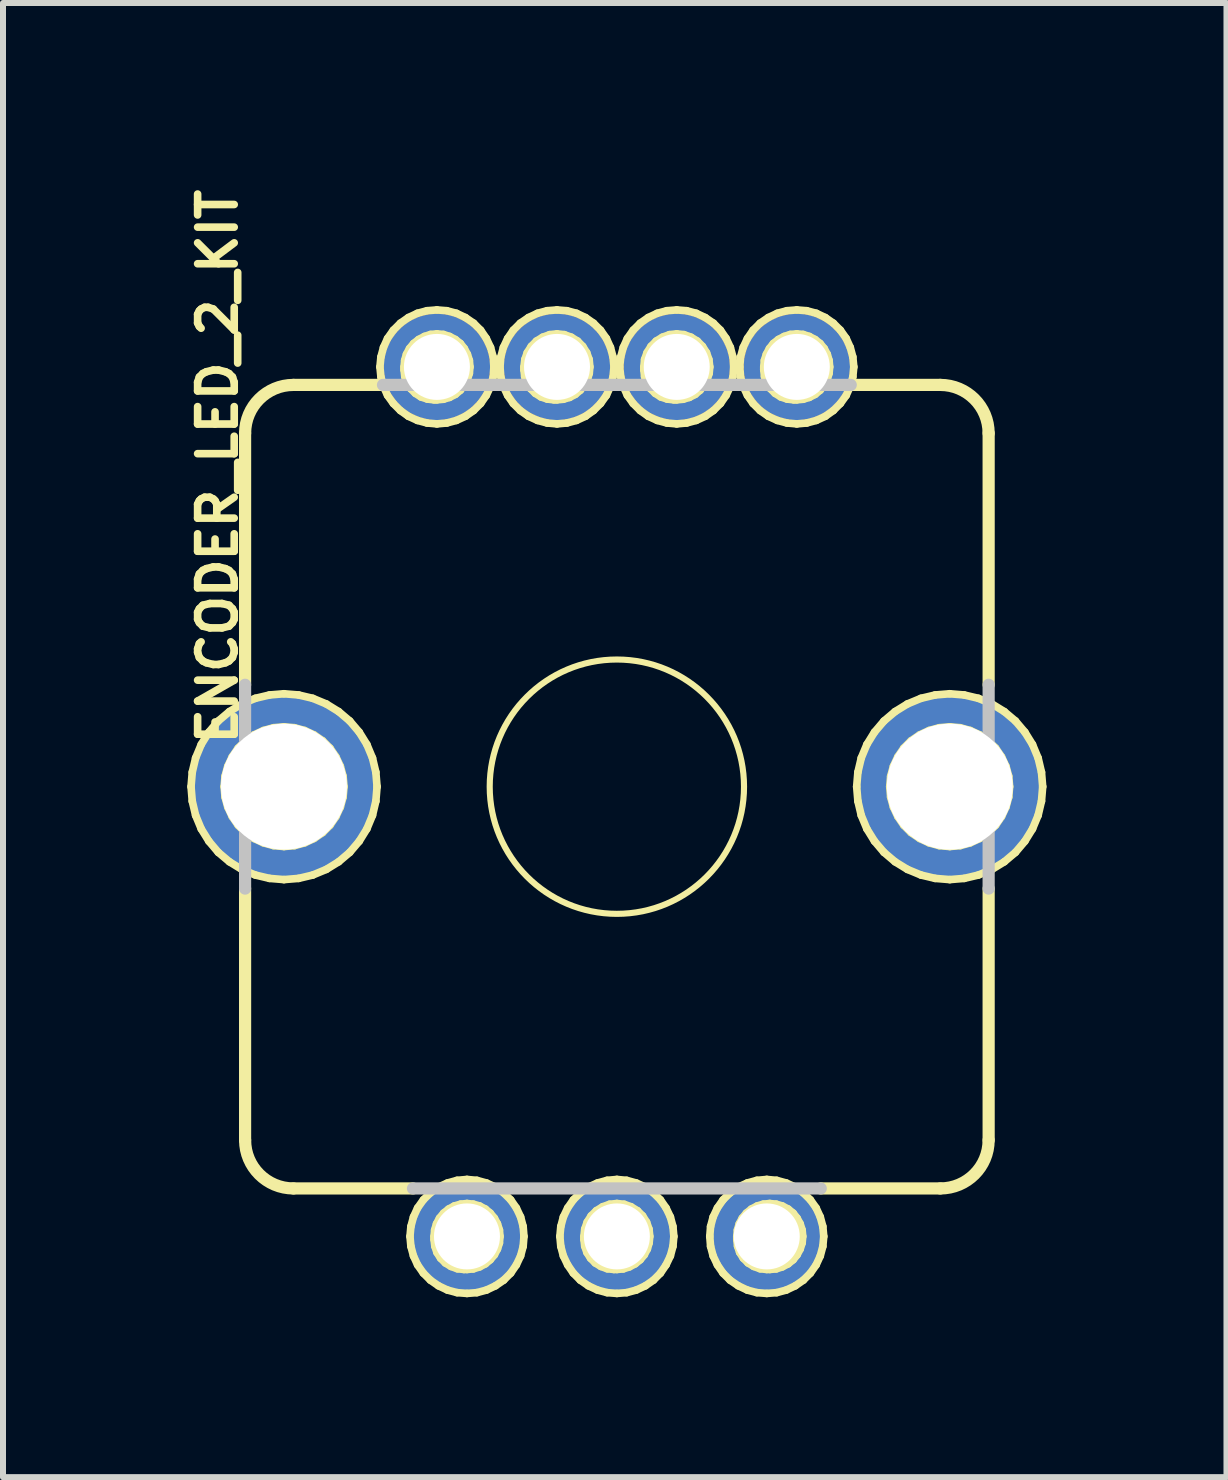
<source format=kicad_pcb>
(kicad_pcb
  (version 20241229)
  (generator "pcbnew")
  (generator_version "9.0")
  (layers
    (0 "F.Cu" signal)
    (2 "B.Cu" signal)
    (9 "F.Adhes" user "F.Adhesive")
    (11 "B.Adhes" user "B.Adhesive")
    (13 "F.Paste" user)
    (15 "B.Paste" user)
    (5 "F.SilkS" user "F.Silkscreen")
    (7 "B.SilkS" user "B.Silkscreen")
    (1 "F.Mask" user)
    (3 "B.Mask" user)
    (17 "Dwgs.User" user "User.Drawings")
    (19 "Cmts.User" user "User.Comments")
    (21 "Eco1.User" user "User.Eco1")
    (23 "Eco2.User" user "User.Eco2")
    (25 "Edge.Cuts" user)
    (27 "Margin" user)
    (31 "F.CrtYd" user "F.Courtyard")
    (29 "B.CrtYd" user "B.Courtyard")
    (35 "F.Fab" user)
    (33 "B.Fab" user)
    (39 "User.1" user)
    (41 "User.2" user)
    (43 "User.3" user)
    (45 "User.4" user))
  (footprint "ENCODER_LED_2_KIT"
    (layer "F.Cu")
    (at 7.234 10.065)
    (property "Reference" "ENCODER_LED_2_KIT" (at -6.655 -5.334 90) (layer "F.SilkS") (effects (font (size 0.61 0.61) (thickness 0.127))))
    (attr exclude_from_pos_files exclude_from_bom)
    (fp_line (start -7.099 0) (end -7.079 -0.241) (stroke (width 0.127) (type solid)) (layer "F.SilkS"))
    (fp_line (start -7.079 -0.241) (end -7.023 -0.478) (stroke (width 0.127) (type solid)) (layer "F.SilkS"))
    (fp_line (start -7.079 0.241) (end -7.099 0) (stroke (width 0.127) (type solid)) (layer "F.SilkS"))
    (fp_line (start -7.023 -0.478) (end -6.929 -0.704) (stroke (width 0.127) (type solid)) (layer "F.SilkS"))
    (fp_line (start -7.023 0.478) (end -7.079 0.241) (stroke (width 0.127) (type solid)) (layer "F.SilkS"))
    (fp_line (start -6.929 -0.704) (end -6.802 -0.909) (stroke (width 0.127) (type solid)) (layer "F.SilkS"))
    (fp_line (start -6.929 0.704) (end -7.023 0.478) (stroke (width 0.127) (type solid)) (layer "F.SilkS"))
    (fp_line (start -6.802 -0.909) (end -6.645 -1.095) (stroke (width 0.127) (type solid)) (layer "F.SilkS"))
    (fp_line (start -6.802 0.909) (end -6.929 0.704) (stroke (width 0.127) (type solid)) (layer "F.SilkS"))
    (fp_line (start -6.645 -1.095) (end -6.459 -1.252) (stroke (width 0.127) (type solid)) (layer "F.SilkS"))
    (fp_line (start -6.645 1.095) (end -6.802 0.909) (stroke (width 0.127) (type solid)) (layer "F.SilkS"))
    (fp_line (start -6.548 0) (end -6.533 0.173) (stroke (width 0.127) (type solid)) (layer "F.SilkS"))
    (fp_line (start -6.533 -0.173) (end -6.548 0) (stroke (width 0.127) (type solid)) (layer "F.SilkS"))
    (fp_line (start -6.533 0.173) (end -6.487 0.34) (stroke (width 0.127) (type solid)) (layer "F.SilkS"))
    (fp_line (start -6.487 -0.34) (end -6.533 -0.173) (stroke (width 0.127) (type solid)) (layer "F.SilkS"))
    (fp_line (start -6.487 0.34) (end -6.413 0.498) (stroke (width 0.127) (type solid)) (layer "F.SilkS"))
    (fp_line (start -6.459 -1.252) (end -6.253 -1.379) (stroke (width 0.127) (type solid)) (layer "F.SilkS"))
    (fp_line (start -6.459 1.252) (end -6.645 1.095) (stroke (width 0.127) (type solid)) (layer "F.SilkS"))
    (fp_line (start -6.413 -0.498) (end -6.487 -0.34) (stroke (width 0.127) (type solid)) (layer "F.SilkS"))
    (fp_line (start -6.413 0.498) (end -6.314 0.643) (stroke (width 0.127) (type solid)) (layer "F.SilkS"))
    (fp_line (start -6.314 -0.643) (end -6.413 -0.498) (stroke (width 0.127) (type solid)) (layer "F.SilkS"))
    (fp_line (start -6.314 0.643) (end -6.193 0.765) (stroke (width 0.127) (type solid)) (layer "F.SilkS"))
    (fp_line (start -6.253 -1.379) (end -6.027 -1.473) (stroke (width 0.127) (type solid)) (layer "F.SilkS"))
    (fp_line (start -6.253 1.379) (end -6.459 1.252) (stroke (width 0.127) (type solid)) (layer "F.SilkS"))
    (fp_line (start -6.198 -1.699) (end -6.198 -5.893) (stroke (width 0.203) (type solid)) (layer "F.SilkS"))
    (fp_line (start -6.198 1.699) (end -6.198 5.893) (stroke (width 0.203) (type solid)) (layer "F.SilkS"))
    (fp_line (start -6.193 -0.765) (end -6.314 -0.643) (stroke (width 0.127) (type solid)) (layer "F.SilkS"))
    (fp_line (start -6.193 0.765) (end -6.048 0.864) (stroke (width 0.127) (type solid)) (layer "F.SilkS"))
    (fp_line (start -6.048 -0.864) (end -6.193 -0.765) (stroke (width 0.127) (type solid)) (layer "F.SilkS"))
    (fp_line (start -6.048 0.864) (end -5.89 0.937) (stroke (width 0.127) (type solid)) (layer "F.SilkS"))
    (fp_line (start -6.027 -1.473) (end -5.791 -1.529) (stroke (width 0.127) (type solid)) (layer "F.SilkS"))
    (fp_line (start -6.027 1.473) (end -6.253 1.379) (stroke (width 0.127) (type solid)) (layer "F.SilkS"))
    (fp_line (start -5.89 -0.937) (end -6.048 -0.864) (stroke (width 0.127) (type solid)) (layer "F.SilkS"))
    (fp_line (start -5.89 0.937) (end -5.723 0.983) (stroke (width 0.127) (type solid)) (layer "F.SilkS"))
    (fp_line (start -5.791 -1.529) (end -5.55 -1.549) (stroke (width 0.127) (type solid)) (layer "F.SilkS"))
    (fp_line (start -5.791 1.529) (end -6.027 1.473) (stroke (width 0.127) (type solid)) (layer "F.SilkS"))
    (fp_line (start -5.723 -0.983) (end -5.89 -0.937) (stroke (width 0.127) (type solid)) (layer "F.SilkS"))
    (fp_line (start -5.723 0.983) (end -5.55 0.998) (stroke (width 0.127) (type solid)) (layer "F.SilkS"))
    (fp_line (start -5.55 -1.549) (end -5.306 -1.529) (stroke (width 0.127) (type solid)) (layer "F.SilkS"))
    (fp_line (start -5.55 -0.998) (end -5.723 -0.983) (stroke (width 0.127) (type solid)) (layer "F.SilkS"))
    (fp_line (start -5.55 0.998) (end -5.375 0.983) (stroke (width 0.127) (type solid)) (layer "F.SilkS"))
    (fp_line (start -5.55 1.549) (end -5.791 1.529) (stroke (width 0.127) (type solid)) (layer "F.SilkS"))
    (fp_line (start -5.392 -6.698) (end -3.899 -6.698) (stroke (width 0.203) (type solid)) (layer "F.SilkS"))
    (fp_line (start -5.392 6.698) (end -3.399 6.698) (stroke (width 0.203) (type solid)) (layer "F.SilkS"))
    (fp_line (start -5.375 -0.983) (end -5.55 -0.998) (stroke (width 0.127) (type solid)) (layer "F.SilkS"))
    (fp_line (start -5.375 0.983) (end -5.207 0.937) (stroke (width 0.127) (type solid)) (layer "F.SilkS"))
    (fp_line (start -5.306 -1.529) (end -5.07 -1.473) (stroke (width 0.127) (type solid)) (layer "F.SilkS"))
    (fp_line (start -5.306 1.529) (end -5.55 1.549) (stroke (width 0.127) (type solid)) (layer "F.SilkS"))
    (fp_line (start -5.207 -0.937) (end -5.375 -0.983) (stroke (width 0.127) (type solid)) (layer "F.SilkS"))
    (fp_line (start -5.207 0.937) (end -5.05 0.864) (stroke (width 0.127) (type solid)) (layer "F.SilkS"))
    (fp_line (start -5.07 -1.473) (end -4.844 -1.379) (stroke (width 0.127) (type solid)) (layer "F.SilkS"))
    (fp_line (start -5.07 1.473) (end -5.306 1.529) (stroke (width 0.127) (type solid)) (layer "F.SilkS"))
    (fp_line (start -5.05 -0.864) (end -5.207 -0.937) (stroke (width 0.127) (type solid)) (layer "F.SilkS"))
    (fp_line (start -5.05 0.864) (end -4.905 0.765) (stroke (width 0.127) (type solid)) (layer "F.SilkS"))
    (fp_line (start -4.905 -0.765) (end -5.05 -0.864) (stroke (width 0.127) (type solid)) (layer "F.SilkS"))
    (fp_line (start -4.905 0.765) (end -4.783 0.643) (stroke (width 0.127) (type solid)) (layer "F.SilkS"))
    (fp_line (start -4.844 -1.379) (end -4.638 -1.252) (stroke (width 0.127) (type solid)) (layer "F.SilkS"))
    (fp_line (start -4.844 1.379) (end -5.07 1.473) (stroke (width 0.127) (type solid)) (layer "F.SilkS"))
    (fp_line (start -4.783 -0.643) (end -4.905 -0.765) (stroke (width 0.127) (type solid)) (layer "F.SilkS"))
    (fp_line (start -4.783 0.643) (end -4.684 0.498) (stroke (width 0.127) (type solid)) (layer "F.SilkS"))
    (fp_line (start -4.684 -0.498) (end -4.783 -0.643) (stroke (width 0.127) (type solid)) (layer "F.SilkS"))
    (fp_line (start -4.684 0.498) (end -4.61 0.34) (stroke (width 0.127) (type solid)) (layer "F.SilkS"))
    (fp_line (start -4.638 -1.252) (end -4.453 -1.095) (stroke (width 0.127) (type solid)) (layer "F.SilkS"))
    (fp_line (start -4.638 1.252) (end -4.844 1.379) (stroke (width 0.127) (type solid)) (layer "F.SilkS"))
    (fp_line (start -4.61 -0.34) (end -4.684 -0.498) (stroke (width 0.127) (type solid)) (layer "F.SilkS"))
    (fp_line (start -4.61 0.34) (end -4.564 0.173) (stroke (width 0.127) (type solid)) (layer "F.SilkS"))
    (fp_line (start -4.564 -0.173) (end -4.61 -0.34) (stroke (width 0.127) (type solid)) (layer "F.SilkS"))
    (fp_line (start -4.564 0.173) (end -4.549 0) (stroke (width 0.127) (type solid)) (layer "F.SilkS"))
    (fp_line (start -4.549 0) (end -4.564 -0.173) (stroke (width 0.127) (type solid)) (layer "F.SilkS"))
    (fp_line (start -4.453 -1.095) (end -4.295 -0.909) (stroke (width 0.127) (type solid)) (layer "F.SilkS"))
    (fp_line (start -4.453 1.095) (end -4.638 1.252) (stroke (width 0.127) (type solid)) (layer "F.SilkS"))
    (fp_line (start -4.295 -0.909) (end -4.168 -0.704) (stroke (width 0.127) (type solid)) (layer "F.SilkS"))
    (fp_line (start -4.295 0.909) (end -4.453 1.095) (stroke (width 0.127) (type solid)) (layer "F.SilkS"))
    (fp_line (start -4.168 -0.704) (end -4.074 -0.478) (stroke (width 0.127) (type solid)) (layer "F.SilkS"))
    (fp_line (start -4.168 0.704) (end -4.295 0.909) (stroke (width 0.127) (type solid)) (layer "F.SilkS"))
    (fp_line (start -4.074 -0.478) (end -4.018 -0.241) (stroke (width 0.127) (type solid)) (layer "F.SilkS"))
    (fp_line (start -4.074 0.478) (end -4.168 0.704) (stroke (width 0.127) (type solid)) (layer "F.SilkS"))
    (fp_line (start -4.018 -0.241) (end -3.998 0) (stroke (width 0.127) (type solid)) (layer "F.SilkS"))
    (fp_line (start -4.018 0.241) (end -4.074 0.478) (stroke (width 0.127) (type solid)) (layer "F.SilkS"))
    (fp_line (start -3.998 0) (end -4.018 0.241) (stroke (width 0.127) (type solid)) (layer "F.SilkS"))
    (fp_line (start -3.95 -6.998) (end -3.934 -6.833) (stroke (width 0.127) (type solid)) (layer "F.SilkS"))
    (fp_line (start -3.934 -7.163) (end -3.95 -6.998) (stroke (width 0.127) (type solid)) (layer "F.SilkS"))
    (fp_line (start -3.934 -6.833) (end -3.891 -6.673) (stroke (width 0.127) (type solid)) (layer "F.SilkS"))
    (fp_line (start -3.891 -7.323) (end -3.934 -7.163) (stroke (width 0.127) (type solid)) (layer "F.SilkS"))
    (fp_line (start -3.891 -6.673) (end -3.823 -6.523) (stroke (width 0.127) (type solid)) (layer "F.SilkS"))
    (fp_line (start -3.823 -7.473) (end -3.891 -7.323) (stroke (width 0.127) (type solid)) (layer "F.SilkS"))
    (fp_line (start -3.823 -6.523) (end -3.726 -6.388) (stroke (width 0.127) (type solid)) (layer "F.SilkS"))
    (fp_line (start -3.726 -7.61) (end -3.823 -7.473) (stroke (width 0.127) (type solid)) (layer "F.SilkS"))
    (fp_line (start -3.726 -6.388) (end -3.609 -6.271) (stroke (width 0.127) (type solid)) (layer "F.SilkS"))
    (fp_line (start -3.609 -7.727) (end -3.726 -7.61) (stroke (width 0.127) (type solid)) (layer "F.SilkS"))
    (fp_line (start -3.609 -6.271) (end -3.475 -6.175) (stroke (width 0.127) (type solid)) (layer "F.SilkS"))
    (fp_line (start -3.548 -6.998) (end -3.548 -6.949) (stroke (width 0.127) (type solid)) (layer "F.SilkS"))
    (fp_line (start -3.548 -6.949) (end -3.536 -6.838) (stroke (width 0.127) (type solid)) (layer "F.SilkS"))
    (fp_line (start -3.538 -7.107) (end -3.548 -6.998) (stroke (width 0.127) (type solid)) (layer "F.SilkS"))
    (fp_line (start -3.536 -6.838) (end -3.5 -6.731) (stroke (width 0.127) (type solid)) (layer "F.SilkS"))
    (fp_line (start -3.508 -7.209) (end -3.538 -7.107) (stroke (width 0.127) (type solid)) (layer "F.SilkS"))
    (fp_line (start -3.5 -6.731) (end -3.439 -6.637) (stroke (width 0.127) (type solid)) (layer "F.SilkS"))
    (fp_line (start -3.475 -7.821) (end -3.609 -7.727) (stroke (width 0.127) (type solid)) (layer "F.SilkS"))
    (fp_line (start -3.475 -6.175) (end -3.325 -6.106) (stroke (width 0.127) (type solid)) (layer "F.SilkS"))
    (fp_line (start -3.457 -7.305) (end -3.508 -7.209) (stroke (width 0.127) (type solid)) (layer "F.SilkS"))
    (fp_line (start -3.449 7.498) (end -3.434 7.663) (stroke (width 0.127) (type solid)) (layer "F.SilkS"))
    (fp_line (start -3.439 -6.637) (end -3.36 -6.558) (stroke (width 0.127) (type solid)) (layer "F.SilkS"))
    (fp_line (start -3.434 7.333) (end -3.449 7.498) (stroke (width 0.127) (type solid)) (layer "F.SilkS"))
    (fp_line (start -3.434 7.663) (end -3.391 7.823) (stroke (width 0.127) (type solid)) (layer "F.SilkS"))
    (fp_line (start -3.391 7.173) (end -3.434 7.333) (stroke (width 0.127) (type solid)) (layer "F.SilkS"))
    (fp_line (start -3.391 7.823) (end -3.322 7.973) (stroke (width 0.127) (type solid)) (layer "F.SilkS"))
    (fp_line (start -3.388 -7.389) (end -3.457 -7.305) (stroke (width 0.127) (type solid)) (layer "F.SilkS"))
    (fp_line (start -3.36 -6.558) (end -3.266 -6.497) (stroke (width 0.127) (type solid)) (layer "F.SilkS"))
    (fp_line (start -3.325 -7.892) (end -3.475 -7.821) (stroke (width 0.127) (type solid)) (layer "F.SilkS"))
    (fp_line (start -3.325 -6.106) (end -3.165 -6.063) (stroke (width 0.127) (type solid)) (layer "F.SilkS"))
    (fp_line (start -3.322 7.023) (end -3.391 7.173) (stroke (width 0.127) (type solid)) (layer "F.SilkS"))
    (fp_line (start -3.322 7.973) (end -3.226 8.11) (stroke (width 0.127) (type solid)) (layer "F.SilkS"))
    (fp_line (start -3.305 -7.455) (end -3.388 -7.389) (stroke (width 0.127) (type solid)) (layer "F.SilkS"))
    (fp_line (start -3.266 -6.497) (end -3.16 -6.462) (stroke (width 0.127) (type solid)) (layer "F.SilkS"))
    (fp_line (start -3.226 6.888) (end -3.322 7.023) (stroke (width 0.127) (type solid)) (layer "F.SilkS"))
    (fp_line (start -3.226 8.11) (end -3.109 8.227) (stroke (width 0.127) (type solid)) (layer "F.SilkS"))
    (fp_line (start -3.208 -7.506) (end -3.305 -7.455) (stroke (width 0.127) (type solid)) (layer "F.SilkS"))
    (fp_line (start -3.165 -7.935) (end -3.325 -7.892) (stroke (width 0.127) (type solid)) (layer "F.SilkS"))
    (fp_line (start -3.165 -6.063) (end -3 -6.048) (stroke (width 0.127) (type solid)) (layer "F.SilkS"))
    (fp_line (start -3.16 -6.462) (end -3.048 -6.449) (stroke (width 0.127) (type solid)) (layer "F.SilkS"))
    (fp_line (start -3.109 6.772) (end -3.226 6.888) (stroke (width 0.127) (type solid)) (layer "F.SilkS"))
    (fp_line (start -3.109 8.227) (end -2.974 8.321) (stroke (width 0.127) (type solid)) (layer "F.SilkS"))
    (fp_line (start -3.106 -7.539) (end -3.208 -7.506) (stroke (width 0.127) (type solid)) (layer "F.SilkS"))
    (fp_line (start -3.048 -6.449) (end -3 -6.449) (stroke (width 0.127) (type solid)) (layer "F.SilkS"))
    (fp_line (start -3.048 7.498) (end -3.048 7.549) (stroke (width 0.127) (type solid)) (layer "F.SilkS"))
    (fp_line (start -3.048 7.549) (end -3.035 7.661) (stroke (width 0.127) (type solid)) (layer "F.SilkS"))
    (fp_line (start -3.038 7.391) (end -3.048 7.498) (stroke (width 0.127) (type solid)) (layer "F.SilkS"))
    (fp_line (start -3.035 7.661) (end -3 7.765) (stroke (width 0.127) (type solid)) (layer "F.SilkS"))
    (fp_line (start -3.007 7.287) (end -3.038 7.391) (stroke (width 0.127) (type solid)) (layer "F.SilkS"))
    (fp_line (start -3 -7.948) (end -3.165 -7.935) (stroke (width 0.127) (type solid)) (layer "F.SilkS"))
    (fp_line (start -3 -7.549) (end -3.106 -7.539) (stroke (width 0.127) (type solid)) (layer "F.SilkS"))
    (fp_line (start -3 -6.449) (end -2.891 -6.459) (stroke (width 0.127) (type solid)) (layer "F.SilkS"))
    (fp_line (start -3 -6.048) (end -2.835 -6.063) (stroke (width 0.127) (type solid)) (layer "F.SilkS"))
    (fp_line (start -3 7.765) (end -2.939 7.861) (stroke (width 0.127) (type solid)) (layer "F.SilkS"))
    (fp_line (start -2.974 6.675) (end -3.109 6.772) (stroke (width 0.127) (type solid)) (layer "F.SilkS"))
    (fp_line (start -2.974 8.321) (end -2.824 8.392) (stroke (width 0.127) (type solid)) (layer "F.SilkS"))
    (fp_line (start -2.957 7.193) (end -3.007 7.287) (stroke (width 0.127) (type solid)) (layer "F.SilkS"))
    (fp_line (start -2.939 7.861) (end -2.86 7.94) (stroke (width 0.127) (type solid)) (layer "F.SilkS"))
    (fp_line (start -2.891 -7.539) (end -3 -7.549) (stroke (width 0.127) (type solid)) (layer "F.SilkS"))
    (fp_line (start -2.891 -6.459) (end -2.789 -6.49) (stroke (width 0.127) (type solid)) (layer "F.SilkS"))
    (fp_line (start -2.888 7.109) (end -2.957 7.193) (stroke (width 0.127) (type solid)) (layer "F.SilkS"))
    (fp_line (start -2.86 7.94) (end -2.766 7.998) (stroke (width 0.127) (type solid)) (layer "F.SilkS"))
    (fp_line (start -2.835 -7.935) (end -3 -7.948) (stroke (width 0.127) (type solid)) (layer "F.SilkS"))
    (fp_line (start -2.835 -6.063) (end -2.675 -6.106) (stroke (width 0.127) (type solid)) (layer "F.SilkS"))
    (fp_line (start -2.824 6.607) (end -2.974 6.675) (stroke (width 0.127) (type solid)) (layer "F.SilkS"))
    (fp_line (start -2.824 8.392) (end -2.664 8.435) (stroke (width 0.127) (type solid)) (layer "F.SilkS"))
    (fp_line (start -2.804 7.041) (end -2.888 7.109) (stroke (width 0.127) (type solid)) (layer "F.SilkS"))
    (fp_line (start -2.789 -7.506) (end -2.891 -7.539) (stroke (width 0.127) (type solid)) (layer "F.SilkS"))
    (fp_line (start -2.789 -6.49) (end -2.692 -6.54) (stroke (width 0.127) (type solid)) (layer "F.SilkS"))
    (fp_line (start -2.766 7.998) (end -2.659 8.037) (stroke (width 0.127) (type solid)) (layer "F.SilkS"))
    (fp_line (start -2.71 6.99) (end -2.804 7.041) (stroke (width 0.127) (type solid)) (layer "F.SilkS"))
    (fp_line (start -2.692 -7.455) (end -2.789 -7.506) (stroke (width 0.127) (type solid)) (layer "F.SilkS"))
    (fp_line (start -2.692 -6.54) (end -2.609 -6.609) (stroke (width 0.127) (type solid)) (layer "F.SilkS"))
    (fp_line (start -2.675 -7.892) (end -2.835 -7.935) (stroke (width 0.127) (type solid)) (layer "F.SilkS"))
    (fp_line (start -2.675 -6.106) (end -2.525 -6.175) (stroke (width 0.127) (type solid)) (layer "F.SilkS"))
    (fp_line (start -2.664 6.563) (end -2.824 6.607) (stroke (width 0.127) (type solid)) (layer "F.SilkS"))
    (fp_line (start -2.664 8.435) (end -2.499 8.448) (stroke (width 0.127) (type solid)) (layer "F.SilkS"))
    (fp_line (start -2.659 8.037) (end -2.548 8.049) (stroke (width 0.127) (type solid)) (layer "F.SilkS"))
    (fp_line (start -2.609 -7.389) (end -2.692 -7.455) (stroke (width 0.127) (type solid)) (layer "F.SilkS"))
    (fp_line (start -2.609 -6.609) (end -2.543 -6.693) (stroke (width 0.127) (type solid)) (layer "F.SilkS"))
    (fp_line (start -2.606 6.96) (end -2.71 6.99) (stroke (width 0.127) (type solid)) (layer "F.SilkS"))
    (fp_line (start -2.548 8.049) (end -2.499 8.049) (stroke (width 0.127) (type solid)) (layer "F.SilkS"))
    (fp_line (start -2.543 -7.305) (end -2.609 -7.389) (stroke (width 0.127) (type solid)) (layer "F.SilkS"))
    (fp_line (start -2.543 -6.693) (end -2.492 -6.789) (stroke (width 0.127) (type solid)) (layer "F.SilkS"))
    (fp_line (start -2.525 -7.821) (end -2.675 -7.892) (stroke (width 0.127) (type solid)) (layer "F.SilkS"))
    (fp_line (start -2.525 -6.175) (end -2.388 -6.271) (stroke (width 0.127) (type solid)) (layer "F.SilkS"))
    (fp_line (start -2.499 6.548) (end -2.664 6.563) (stroke (width 0.127) (type solid)) (layer "F.SilkS"))
    (fp_line (start -2.499 6.949) (end -2.606 6.96) (stroke (width 0.127) (type solid)) (layer "F.SilkS"))
    (fp_line (start -2.499 8.049) (end -2.393 8.039) (stroke (width 0.127) (type solid)) (layer "F.SilkS"))
    (fp_line (start -2.499 8.448) (end -2.334 8.435) (stroke (width 0.127) (type solid)) (layer "F.SilkS"))
    (fp_line (start -2.492 -7.209) (end -2.543 -7.305) (stroke (width 0.127) (type solid)) (layer "F.SilkS"))
    (fp_line (start -2.492 -6.789) (end -2.459 -6.891) (stroke (width 0.127) (type solid)) (layer "F.SilkS"))
    (fp_line (start -2.459 -7.107) (end -2.492 -7.209) (stroke (width 0.127) (type solid)) (layer "F.SilkS"))
    (fp_line (start -2.459 -6.891) (end -2.449 -6.998) (stroke (width 0.127) (type solid)) (layer "F.SilkS"))
    (fp_line (start -2.449 -6.998) (end -2.459 -7.107) (stroke (width 0.127) (type solid)) (layer "F.SilkS"))
    (fp_line (start -2.393 6.96) (end -2.499 6.949) (stroke (width 0.127) (type solid)) (layer "F.SilkS"))
    (fp_line (start -2.393 8.039) (end -2.289 8.006) (stroke (width 0.127) (type solid)) (layer "F.SilkS"))
    (fp_line (start -2.388 -7.727) (end -2.525 -7.821) (stroke (width 0.127) (type solid)) (layer "F.SilkS"))
    (fp_line (start -2.388 -6.271) (end -2.271 -6.388) (stroke (width 0.127) (type solid)) (layer "F.SilkS"))
    (fp_line (start -2.334 6.563) (end -2.499 6.548) (stroke (width 0.127) (type solid)) (layer "F.SilkS"))
    (fp_line (start -2.334 8.435) (end -2.174 8.392) (stroke (width 0.127) (type solid)) (layer "F.SilkS"))
    (fp_line (start -2.289 6.99) (end -2.393 6.96) (stroke (width 0.127) (type solid)) (layer "F.SilkS"))
    (fp_line (start -2.289 8.006) (end -2.192 7.955) (stroke (width 0.127) (type solid)) (layer "F.SilkS"))
    (fp_line (start -2.271 -7.61) (end -2.388 -7.727) (stroke (width 0.127) (type solid)) (layer "F.SilkS"))
    (fp_line (start -2.271 -6.388) (end -2.177 -6.523) (stroke (width 0.127) (type solid)) (layer "F.SilkS"))
    (fp_line (start -2.192 7.041) (end -2.289 6.99) (stroke (width 0.127) (type solid)) (layer "F.SilkS"))
    (fp_line (start -2.192 7.955) (end -2.111 7.887) (stroke (width 0.127) (type solid)) (layer "F.SilkS"))
    (fp_line (start -2.177 -7.473) (end -2.271 -7.61) (stroke (width 0.127) (type solid)) (layer "F.SilkS"))
    (fp_line (start -2.177 -6.523) (end -2.106 -6.673) (stroke (width 0.127) (type solid)) (layer "F.SilkS"))
    (fp_line (start -2.174 6.607) (end -2.334 6.563) (stroke (width 0.127) (type solid)) (layer "F.SilkS"))
    (fp_line (start -2.174 8.392) (end -2.024 8.321) (stroke (width 0.127) (type solid)) (layer "F.SilkS"))
    (fp_line (start -2.111 7.109) (end -2.192 7.041) (stroke (width 0.127) (type solid)) (layer "F.SilkS"))
    (fp_line (start -2.111 7.887) (end -2.042 7.805) (stroke (width 0.127) (type solid)) (layer "F.SilkS"))
    (fp_line (start -2.106 -7.323) (end -2.177 -7.473) (stroke (width 0.127) (type solid)) (layer "F.SilkS"))
    (fp_line (start -2.106 -6.673) (end -2.062 -6.833) (stroke (width 0.127) (type solid)) (layer "F.SilkS"))
    (fp_line (start -2.062 -7.163) (end -2.106 -7.323) (stroke (width 0.127) (type solid)) (layer "F.SilkS"))
    (fp_line (start -2.062 -6.833) (end -2.05 -6.998) (stroke (width 0.127) (type solid)) (layer "F.SilkS"))
    (fp_line (start -2.05 -6.998) (end -2.062 -7.163) (stroke (width 0.127) (type solid)) (layer "F.SilkS"))
    (fp_line (start -2.042 7.193) (end -2.111 7.109) (stroke (width 0.127) (type solid)) (layer "F.SilkS"))
    (fp_line (start -2.042 7.805) (end -1.991 7.709) (stroke (width 0.127) (type solid)) (layer "F.SilkS"))
    (fp_line (start -2.024 6.675) (end -2.174 6.607) (stroke (width 0.127) (type solid)) (layer "F.SilkS"))
    (fp_line (start -2.024 8.321) (end -1.887 8.227) (stroke (width 0.127) (type solid)) (layer "F.SilkS"))
    (fp_line (start -1.991 7.287) (end -2.042 7.193) (stroke (width 0.127) (type solid)) (layer "F.SilkS"))
    (fp_line (start -1.991 7.709) (end -1.958 7.607) (stroke (width 0.127) (type solid)) (layer "F.SilkS"))
    (fp_line (start -1.958 7.391) (end -1.991 7.287) (stroke (width 0.127) (type solid)) (layer "F.SilkS"))
    (fp_line (start -1.958 7.607) (end -1.948 7.498) (stroke (width 0.127) (type solid)) (layer "F.SilkS"))
    (fp_line (start -1.948 -6.998) (end -1.935 -6.833) (stroke (width 0.127) (type solid)) (layer "F.SilkS"))
    (fp_line (start -1.948 7.498) (end -1.958 7.391) (stroke (width 0.127) (type solid)) (layer "F.SilkS"))
    (fp_line (start -1.935 -7.163) (end -1.948 -6.998) (stroke (width 0.127) (type solid)) (layer "F.SilkS"))
    (fp_line (start -1.935 -6.833) (end -1.892 -6.673) (stroke (width 0.127) (type solid)) (layer "F.SilkS"))
    (fp_line (start -1.892 -7.323) (end -1.935 -7.163) (stroke (width 0.127) (type solid)) (layer "F.SilkS"))
    (fp_line (start -1.892 -6.673) (end -1.821 -6.523) (stroke (width 0.127) (type solid)) (layer "F.SilkS"))
    (fp_line (start -1.887 6.772) (end -2.024 6.675) (stroke (width 0.127) (type solid)) (layer "F.SilkS"))
    (fp_line (start -1.887 8.227) (end -1.77 8.11) (stroke (width 0.127) (type solid)) (layer "F.SilkS"))
    (fp_line (start -1.821 -7.473) (end -1.892 -7.323) (stroke (width 0.127) (type solid)) (layer "F.SilkS"))
    (fp_line (start -1.821 -6.523) (end -1.727 -6.388) (stroke (width 0.127) (type solid)) (layer "F.SilkS"))
    (fp_line (start -1.77 6.888) (end -1.887 6.772) (stroke (width 0.127) (type solid)) (layer "F.SilkS"))
    (fp_line (start -1.77 8.11) (end -1.676 7.973) (stroke (width 0.127) (type solid)) (layer "F.SilkS"))
    (fp_line (start -1.727 -7.61) (end -1.821 -7.473) (stroke (width 0.127) (type solid)) (layer "F.SilkS"))
    (fp_line (start -1.727 -6.388) (end -1.61 -6.271) (stroke (width 0.127) (type solid)) (layer "F.SilkS"))
    (fp_line (start -1.676 7.023) (end -1.77 6.888) (stroke (width 0.127) (type solid)) (layer "F.SilkS"))
    (fp_line (start -1.676 7.973) (end -1.605 7.823) (stroke (width 0.127) (type solid)) (layer "F.SilkS"))
    (fp_line (start -1.61 -7.727) (end -1.727 -7.61) (stroke (width 0.127) (type solid)) (layer "F.SilkS"))
    (fp_line (start -1.61 -6.271) (end -1.473 -6.175) (stroke (width 0.127) (type solid)) (layer "F.SilkS"))
    (fp_line (start -1.605 7.173) (end -1.676 7.023) (stroke (width 0.127) (type solid)) (layer "F.SilkS"))
    (fp_line (start -1.605 7.823) (end -1.562 7.663) (stroke (width 0.127) (type solid)) (layer "F.SilkS"))
    (fp_line (start -1.562 7.333) (end -1.605 7.173) (stroke (width 0.127) (type solid)) (layer "F.SilkS"))
    (fp_line (start -1.562 7.663) (end -1.549 7.498) (stroke (width 0.127) (type solid)) (layer "F.SilkS"))
    (fp_line (start -1.549 -6.998) (end -1.549 -6.949) (stroke (width 0.127) (type solid)) (layer "F.SilkS"))
    (fp_line (start -1.549 -6.949) (end -1.537 -6.838) (stroke (width 0.127) (type solid)) (layer "F.SilkS"))
    (fp_line (start -1.549 7.498) (end -1.562 7.333) (stroke (width 0.127) (type solid)) (layer "F.SilkS"))
    (fp_line (start -1.537 -6.838) (end -1.499 -6.731) (stroke (width 0.127) (type solid)) (layer "F.SilkS"))
    (fp_line (start -1.534 -7.122) (end -1.549 -6.998) (stroke (width 0.127) (type solid)) (layer "F.SilkS"))
    (fp_line (start -1.499 -6.731) (end -1.44 -6.637) (stroke (width 0.127) (type solid)) (layer "F.SilkS"))
    (fp_line (start -1.494 -7.236) (end -1.534 -7.122) (stroke (width 0.127) (type solid)) (layer "F.SilkS"))
    (fp_line (start -1.473 -7.821) (end -1.61 -7.727) (stroke (width 0.127) (type solid)) (layer "F.SilkS"))
    (fp_line (start -1.473 -6.175) (end -1.323 -6.106) (stroke (width 0.127) (type solid)) (layer "F.SilkS"))
    (fp_line (start -1.44 -6.637) (end -1.361 -6.558) (stroke (width 0.127) (type solid)) (layer "F.SilkS"))
    (fp_line (start -1.427 -7.341) (end -1.494 -7.236) (stroke (width 0.127) (type solid)) (layer "F.SilkS"))
    (fp_line (start -1.361 -6.558) (end -1.265 -6.497) (stroke (width 0.127) (type solid)) (layer "F.SilkS"))
    (fp_line (start -1.341 -7.429) (end -1.427 -7.341) (stroke (width 0.127) (type solid)) (layer "F.SilkS"))
    (fp_line (start -1.323 -7.892) (end -1.473 -7.821) (stroke (width 0.127) (type solid)) (layer "F.SilkS"))
    (fp_line (start -1.323 -6.106) (end -1.163 -6.063) (stroke (width 0.127) (type solid)) (layer "F.SilkS"))
    (fp_line (start -1.265 -6.497) (end -1.161 -6.462) (stroke (width 0.127) (type solid)) (layer "F.SilkS"))
    (fp_line (start -1.237 -7.493) (end -1.341 -7.429) (stroke (width 0.127) (type solid)) (layer "F.SilkS"))
    (fp_line (start -1.163 -7.935) (end -1.323 -7.892) (stroke (width 0.127) (type solid)) (layer "F.SilkS"))
    (fp_line (start -1.163 -6.063) (end -0.998 -6.048) (stroke (width 0.127) (type solid)) (layer "F.SilkS"))
    (fp_line (start -1.161 -6.462) (end -1.049 -6.449) (stroke (width 0.127) (type solid)) (layer "F.SilkS"))
    (fp_line (start -1.12 -7.536) (end -1.237 -7.493) (stroke (width 0.127) (type solid)) (layer "F.SilkS"))
    (fp_line (start -1.049 -6.449) (end -0.998 -6.449) (stroke (width 0.127) (type solid)) (layer "F.SilkS"))
    (fp_line (start -0.998 -7.948) (end -1.163 -7.935) (stroke (width 0.127) (type solid)) (layer "F.SilkS"))
    (fp_line (start -0.998 -7.549) (end -1.12 -7.536) (stroke (width 0.127) (type solid)) (layer "F.SilkS"))
    (fp_line (start -0.998 -6.449) (end -0.892 -6.459) (stroke (width 0.127) (type solid)) (layer "F.SilkS"))
    (fp_line (start -0.998 -6.048) (end -0.833 -6.063) (stroke (width 0.127) (type solid)) (layer "F.SilkS"))
    (fp_line (start -0.95 7.498) (end -0.935 7.663) (stroke (width 0.127) (type solid)) (layer "F.SilkS"))
    (fp_line (start -0.935 7.333) (end -0.95 7.498) (stroke (width 0.127) (type solid)) (layer "F.SilkS"))
    (fp_line (start -0.935 7.663) (end -0.892 7.823) (stroke (width 0.127) (type solid)) (layer "F.SilkS"))
    (fp_line (start -0.892 -6.459) (end -0.787 -6.49) (stroke (width 0.127) (type solid)) (layer "F.SilkS"))
    (fp_line (start -0.892 7.173) (end -0.935 7.333) (stroke (width 0.127) (type solid)) (layer "F.SilkS"))
    (fp_line (start -0.892 7.823) (end -0.82 7.973) (stroke (width 0.127) (type solid)) (layer "F.SilkS"))
    (fp_line (start -0.876 -7.536) (end -0.998 -7.549) (stroke (width 0.127) (type solid)) (layer "F.SilkS"))
    (fp_line (start -0.833 -7.935) (end -0.998 -7.948) (stroke (width 0.127) (type solid)) (layer "F.SilkS"))
    (fp_line (start -0.833 -6.063) (end -0.673 -6.106) (stroke (width 0.127) (type solid)) (layer "F.SilkS"))
    (fp_line (start -0.82 7.023) (end -0.892 7.173) (stroke (width 0.127) (type solid)) (layer "F.SilkS"))
    (fp_line (start -0.82 7.973) (end -0.726 8.11) (stroke (width 0.127) (type solid)) (layer "F.SilkS"))
    (fp_line (start -0.787 -6.49) (end -0.693 -6.54) (stroke (width 0.127) (type solid)) (layer "F.SilkS"))
    (fp_line (start -0.759 -7.493) (end -0.876 -7.536) (stroke (width 0.127) (type solid)) (layer "F.SilkS"))
    (fp_line (start -0.726 6.888) (end -0.82 7.023) (stroke (width 0.127) (type solid)) (layer "F.SilkS"))
    (fp_line (start -0.726 8.11) (end -0.61 8.227) (stroke (width 0.127) (type solid)) (layer "F.SilkS"))
    (fp_line (start -0.693 -6.54) (end -0.61 -6.609) (stroke (width 0.127) (type solid)) (layer "F.SilkS"))
    (fp_line (start -0.673 -7.892) (end -0.833 -7.935) (stroke (width 0.127) (type solid)) (layer "F.SilkS"))
    (fp_line (start -0.673 -6.106) (end -0.523 -6.175) (stroke (width 0.127) (type solid)) (layer "F.SilkS"))
    (fp_line (start -0.655 -7.429) (end -0.759 -7.493) (stroke (width 0.127) (type solid)) (layer "F.SilkS"))
    (fp_line (start -0.61 -6.609) (end -0.541 -6.693) (stroke (width 0.127) (type solid)) (layer "F.SilkS"))
    (fp_line (start -0.61 6.772) (end -0.726 6.888) (stroke (width 0.127) (type solid)) (layer "F.SilkS"))
    (fp_line (start -0.61 8.227) (end -0.475 8.321) (stroke (width 0.127) (type solid)) (layer "F.SilkS"))
    (fp_line (start -0.569 -7.341) (end -0.655 -7.429) (stroke (width 0.127) (type solid)) (layer "F.SilkS"))
    (fp_line (start -0.549 7.498) (end -0.549 7.549) (stroke (width 0.127) (type solid)) (layer "F.SilkS"))
    (fp_line (start -0.549 7.549) (end -0.536 7.661) (stroke (width 0.127) (type solid)) (layer "F.SilkS"))
    (fp_line (start -0.541 -6.693) (end -0.49 -6.789) (stroke (width 0.127) (type solid)) (layer "F.SilkS"))
    (fp_line (start -0.536 7.376) (end -0.549 7.498) (stroke (width 0.127) (type solid)) (layer "F.SilkS"))
    (fp_line (start -0.536 7.661) (end -0.5 7.765) (stroke (width 0.127) (type solid)) (layer "F.SilkS"))
    (fp_line (start -0.523 -7.821) (end -0.673 -7.892) (stroke (width 0.127) (type solid)) (layer "F.SilkS"))
    (fp_line (start -0.523 -6.175) (end -0.389 -6.271) (stroke (width 0.127) (type solid)) (layer "F.SilkS"))
    (fp_line (start -0.503 -7.236) (end -0.569 -7.341) (stroke (width 0.127) (type solid)) (layer "F.SilkS"))
    (fp_line (start -0.5 7.765) (end -0.439 7.861) (stroke (width 0.127) (type solid)) (layer "F.SilkS"))
    (fp_line (start -0.495 7.259) (end -0.536 7.376) (stroke (width 0.127) (type solid)) (layer "F.SilkS"))
    (fp_line (start -0.49 -6.789) (end -0.46 -6.891) (stroke (width 0.127) (type solid)) (layer "F.SilkS"))
    (fp_line (start -0.475 6.675) (end -0.61 6.772) (stroke (width 0.127) (type solid)) (layer "F.SilkS"))
    (fp_line (start -0.475 8.321) (end -0.323 8.392) (stroke (width 0.127) (type solid)) (layer "F.SilkS"))
    (fp_line (start -0.462 -7.122) (end -0.503 -7.236) (stroke (width 0.127) (type solid)) (layer "F.SilkS"))
    (fp_line (start -0.46 -6.891) (end -0.45 -6.998) (stroke (width 0.127) (type solid)) (layer "F.SilkS"))
    (fp_line (start -0.45 -6.998) (end -0.462 -7.122) (stroke (width 0.127) (type solid)) (layer "F.SilkS"))
    (fp_line (start -0.439 7.861) (end -0.361 7.94) (stroke (width 0.127) (type solid)) (layer "F.SilkS"))
    (fp_line (start -0.429 7.155) (end -0.495 7.259) (stroke (width 0.127) (type solid)) (layer "F.SilkS"))
    (fp_line (start -0.389 -7.727) (end -0.523 -7.821) (stroke (width 0.127) (type solid)) (layer "F.SilkS"))
    (fp_line (start -0.389 -6.271) (end -0.272 -6.388) (stroke (width 0.127) (type solid)) (layer "F.SilkS"))
    (fp_line (start -0.361 7.94) (end -0.267 7.998) (stroke (width 0.127) (type solid)) (layer "F.SilkS"))
    (fp_line (start -0.343 7.069) (end -0.429 7.155) (stroke (width 0.127) (type solid)) (layer "F.SilkS"))
    (fp_line (start -0.323 6.607) (end -0.475 6.675) (stroke (width 0.127) (type solid)) (layer "F.SilkS"))
    (fp_line (start -0.323 8.392) (end -0.163 8.435) (stroke (width 0.127) (type solid)) (layer "F.SilkS"))
    (fp_line (start -0.272 -7.61) (end -0.389 -7.727) (stroke (width 0.127) (type solid)) (layer "F.SilkS"))
    (fp_line (start -0.272 -6.388) (end -0.175 -6.523) (stroke (width 0.127) (type solid)) (layer "F.SilkS"))
    (fp_line (start -0.267 7.998) (end -0.16 8.037) (stroke (width 0.127) (type solid)) (layer "F.SilkS"))
    (fp_line (start -0.236 7.003) (end -0.343 7.069) (stroke (width 0.127) (type solid)) (layer "F.SilkS"))
    (fp_line (start -0.175 -7.473) (end -0.272 -7.61) (stroke (width 0.127) (type solid)) (layer "F.SilkS"))
    (fp_line (start -0.175 -6.523) (end -0.107 -6.673) (stroke (width 0.127) (type solid)) (layer "F.SilkS"))
    (fp_line (start -0.163 6.563) (end -0.323 6.607) (stroke (width 0.127) (type solid)) (layer "F.SilkS"))
    (fp_line (start -0.163 8.435) (end 0 8.448) (stroke (width 0.127) (type solid)) (layer "F.SilkS"))
    (fp_line (start -0.16 8.037) (end -0.048 8.049) (stroke (width 0.127) (type solid)) (layer "F.SilkS"))
    (fp_line (start -0.122 6.962) (end -0.236 7.003) (stroke (width 0.127) (type solid)) (layer "F.SilkS"))
    (fp_line (start -0.107 -7.323) (end -0.175 -7.473) (stroke (width 0.127) (type solid)) (layer "F.SilkS"))
    (fp_line (start -0.107 -6.673) (end -0.064 -6.833) (stroke (width 0.127) (type solid)) (layer "F.SilkS"))
    (fp_line (start -0.064 -7.163) (end -0.107 -7.323) (stroke (width 0.127) (type solid)) (layer "F.SilkS"))
    (fp_line (start -0.064 -6.833) (end -0.048 -6.998) (stroke (width 0.127) (type solid)) (layer "F.SilkS"))
    (fp_line (start -0.048 -6.998) (end -0.064 -7.163) (stroke (width 0.127) (type solid)) (layer "F.SilkS"))
    (fp_line (start -0.048 8.049) (end 0 8.049) (stroke (width 0.127) (type solid)) (layer "F.SilkS"))
    (fp_line (start 0 6.548) (end -0.163 6.563) (stroke (width 0.127) (type solid)) (layer "F.SilkS"))
    (fp_line (start 0 6.949) (end -0.122 6.962) (stroke (width 0.127) (type solid)) (layer "F.SilkS"))
    (fp_line (start 0 8.049) (end 0.107 8.039) (stroke (width 0.127) (type solid)) (layer "F.SilkS"))
    (fp_line (start 0 8.448) (end 0.163 8.435) (stroke (width 0.127) (type solid)) (layer "F.SilkS"))
    (fp_line (start 0.048 -6.998) (end 0.064 -6.833) (stroke (width 0.127) (type solid)) (layer "F.SilkS"))
    (fp_line (start 0.064 -7.163) (end 0.048 -6.998) (stroke (width 0.127) (type solid)) (layer "F.SilkS"))
    (fp_line (start 0.064 -6.833) (end 0.107 -6.673) (stroke (width 0.127) (type solid)) (layer "F.SilkS"))
    (fp_line (start 0.107 -7.323) (end 0.064 -7.163) (stroke (width 0.127) (type solid)) (layer "F.SilkS"))
    (fp_line (start 0.107 -6.673) (end 0.175 -6.523) (stroke (width 0.127) (type solid)) (layer "F.SilkS"))
    (fp_line (start 0.107 8.039) (end 0.208 8.006) (stroke (width 0.127) (type solid)) (layer "F.SilkS"))
    (fp_line (start 0.122 6.962) (end 0 6.949) (stroke (width 0.127) (type solid)) (layer "F.SilkS"))
    (fp_line (start 0.163 6.563) (end 0 6.548) (stroke (width 0.127) (type solid)) (layer "F.SilkS"))
    (fp_line (start 0.163 8.435) (end 0.323 8.392) (stroke (width 0.127) (type solid)) (layer "F.SilkS"))
    (fp_line (start 0.175 -7.473) (end 0.107 -7.323) (stroke (width 0.127) (type solid)) (layer "F.SilkS"))
    (fp_line (start 0.175 -6.523) (end 0.272 -6.388) (stroke (width 0.127) (type solid)) (layer "F.SilkS"))
    (fp_line (start 0.208 8.006) (end 0.305 7.955) (stroke (width 0.127) (type solid)) (layer "F.SilkS"))
    (fp_line (start 0.236 7.003) (end 0.122 6.962) (stroke (width 0.127) (type solid)) (layer "F.SilkS"))
    (fp_line (start 0.272 -7.61) (end 0.175 -7.473) (stroke (width 0.127) (type solid)) (layer "F.SilkS"))
    (fp_line (start 0.272 -6.388) (end 0.389 -6.271) (stroke (width 0.127) (type solid)) (layer "F.SilkS"))
    (fp_line (start 0.305 7.955) (end 0.389 7.887) (stroke (width 0.127) (type solid)) (layer "F.SilkS"))
    (fp_line (start 0.323 6.607) (end 0.163 6.563) (stroke (width 0.127) (type solid)) (layer "F.SilkS"))
    (fp_line (start 0.323 8.392) (end 0.475 8.321) (stroke (width 0.127) (type solid)) (layer "F.SilkS"))
    (fp_line (start 0.343 7.069) (end 0.236 7.003) (stroke (width 0.127) (type solid)) (layer "F.SilkS"))
    (fp_line (start 0.389 -7.727) (end 0.272 -7.61) (stroke (width 0.127) (type solid)) (layer "F.SilkS"))
    (fp_line (start 0.389 -6.271) (end 0.523 -6.175) (stroke (width 0.127) (type solid)) (layer "F.SilkS"))
    (fp_line (start 0.389 7.887) (end 0.457 7.805) (stroke (width 0.127) (type solid)) (layer "F.SilkS"))
    (fp_line (start 0.429 7.155) (end 0.343 7.069) (stroke (width 0.127) (type solid)) (layer "F.SilkS"))
    (fp_line (start 0.45 -6.998) (end 0.45 -6.949) (stroke (width 0.127) (type solid)) (layer "F.SilkS"))
    (fp_line (start 0.45 -6.949) (end 0.462 -6.838) (stroke (width 0.127) (type solid)) (layer "F.SilkS"))
    (fp_line (start 0.457 7.805) (end 0.508 7.709) (stroke (width 0.127) (type solid)) (layer "F.SilkS"))
    (fp_line (start 0.462 -7.122) (end 0.45 -6.998) (stroke (width 0.127) (type solid)) (layer "F.SilkS"))
    (fp_line (start 0.462 -6.838) (end 0.498 -6.731) (stroke (width 0.127) (type solid)) (layer "F.SilkS"))
    (fp_line (start 0.475 6.675) (end 0.323 6.607) (stroke (width 0.127) (type solid)) (layer "F.SilkS"))
    (fp_line (start 0.475 8.321) (end 0.61 8.227) (stroke (width 0.127) (type solid)) (layer "F.SilkS"))
    (fp_line (start 0.495 7.259) (end 0.429 7.155) (stroke (width 0.127) (type solid)) (layer "F.SilkS"))
    (fp_line (start 0.498 -6.731) (end 0.559 -6.637) (stroke (width 0.127) (type solid)) (layer "F.SilkS"))
    (fp_line (start 0.503 -7.236) (end 0.462 -7.122) (stroke (width 0.127) (type solid)) (layer "F.SilkS"))
    (fp_line (start 0.508 7.709) (end 0.538 7.607) (stroke (width 0.127) (type solid)) (layer "F.SilkS"))
    (fp_line (start 0.523 -7.821) (end 0.389 -7.727) (stroke (width 0.127) (type solid)) (layer "F.SilkS"))
    (fp_line (start 0.523 -6.175) (end 0.673 -6.106) (stroke (width 0.127) (type solid)) (layer "F.SilkS"))
    (fp_line (start 0.536 7.376) (end 0.495 7.259) (stroke (width 0.127) (type solid)) (layer "F.SilkS"))
    (fp_line (start 0.538 7.607) (end 0.549 7.498) (stroke (width 0.127) (type solid)) (layer "F.SilkS"))
    (fp_line (start 0.549 7.498) (end 0.536 7.376) (stroke (width 0.127) (type solid)) (layer "F.SilkS"))
    (fp_line (start 0.559 -6.637) (end 0.638 -6.558) (stroke (width 0.127) (type solid)) (layer "F.SilkS"))
    (fp_line (start 0.569 -7.341) (end 0.503 -7.236) (stroke (width 0.127) (type solid)) (layer "F.SilkS"))
    (fp_line (start 0.61 6.772) (end 0.475 6.675) (stroke (width 0.127) (type solid)) (layer "F.SilkS"))
    (fp_line (start 0.61 8.227) (end 0.726 8.11) (stroke (width 0.127) (type solid)) (layer "F.SilkS"))
    (fp_line (start 0.638 -6.558) (end 0.732 -6.497) (stroke (width 0.127) (type solid)) (layer "F.SilkS"))
    (fp_line (start 0.655 -7.429) (end 0.569 -7.341) (stroke (width 0.127) (type solid)) (layer "F.SilkS"))
    (fp_line (start 0.673 -7.892) (end 0.523 -7.821) (stroke (width 0.127) (type solid)) (layer "F.SilkS"))
    (fp_line (start 0.673 -6.106) (end 0.833 -6.063) (stroke (width 0.127) (type solid)) (layer "F.SilkS"))
    (fp_line (start 0.726 6.888) (end 0.61 6.772) (stroke (width 0.127) (type solid)) (layer "F.SilkS"))
    (fp_line (start 0.726 8.11) (end 0.82 7.973) (stroke (width 0.127) (type solid)) (layer "F.SilkS"))
    (fp_line (start 0.732 -6.497) (end 0.838 -6.462) (stroke (width 0.127) (type solid)) (layer "F.SilkS"))
    (fp_line (start 0.759 -7.493) (end 0.655 -7.429) (stroke (width 0.127) (type solid)) (layer "F.SilkS"))
    (fp_line (start 0.82 7.023) (end 0.726 6.888) (stroke (width 0.127) (type solid)) (layer "F.SilkS"))
    (fp_line (start 0.82 7.973) (end 0.892 7.823) (stroke (width 0.127) (type solid)) (layer "F.SilkS"))
    (fp_line (start 0.833 -7.935) (end 0.673 -7.892) (stroke (width 0.127) (type solid)) (layer "F.SilkS"))
    (fp_line (start 0.833 -6.063) (end 0.998 -6.048) (stroke (width 0.127) (type solid)) (layer "F.SilkS"))
    (fp_line (start 0.838 -6.462) (end 0.95 -6.449) (stroke (width 0.127) (type solid)) (layer "F.SilkS"))
    (fp_line (start 0.876 -7.536) (end 0.759 -7.493) (stroke (width 0.127) (type solid)) (layer "F.SilkS"))
    (fp_line (start 0.892 7.173) (end 0.82 7.023) (stroke (width 0.127) (type solid)) (layer "F.SilkS"))
    (fp_line (start 0.892 7.823) (end 0.935 7.663) (stroke (width 0.127) (type solid)) (layer "F.SilkS"))
    (fp_line (start 0.935 7.333) (end 0.892 7.173) (stroke (width 0.127) (type solid)) (layer "F.SilkS"))
    (fp_line (start 0.935 7.663) (end 0.95 7.498) (stroke (width 0.127) (type solid)) (layer "F.SilkS"))
    (fp_line (start 0.95 -6.449) (end 0.998 -6.449) (stroke (width 0.127) (type solid)) (layer "F.SilkS"))
    (fp_line (start 0.95 7.498) (end 0.935 7.333) (stroke (width 0.127) (type solid)) (layer "F.SilkS"))
    (fp_line (start 0.998 -7.948) (end 0.833 -7.935) (stroke (width 0.127) (type solid)) (layer "F.SilkS"))
    (fp_line (start 0.998 -7.549) (end 0.876 -7.536) (stroke (width 0.127) (type solid)) (layer "F.SilkS"))
    (fp_line (start 0.998 -6.449) (end 1.105 -6.459) (stroke (width 0.127) (type solid)) (layer "F.SilkS"))
    (fp_line (start 0.998 -6.048) (end 1.163 -6.063) (stroke (width 0.127) (type solid)) (layer "F.SilkS"))
    (fp_line (start 1.105 -6.459) (end 1.209 -6.49) (stroke (width 0.127) (type solid)) (layer "F.SilkS"))
    (fp_line (start 1.12 -7.536) (end 0.998 -7.549) (stroke (width 0.127) (type solid)) (layer "F.SilkS"))
    (fp_line (start 1.163 -7.935) (end 0.998 -7.948) (stroke (width 0.127) (type solid)) (layer "F.SilkS"))
    (fp_line (start 1.163 -6.063) (end 1.323 -6.106) (stroke (width 0.127) (type solid)) (layer "F.SilkS"))
    (fp_line (start 1.209 -6.49) (end 1.306 -6.54) (stroke (width 0.127) (type solid)) (layer "F.SilkS"))
    (fp_line (start 1.237 -7.493) (end 1.12 -7.536) (stroke (width 0.127) (type solid)) (layer "F.SilkS"))
    (fp_line (start 1.306 -6.54) (end 1.387 -6.609) (stroke (width 0.127) (type solid)) (layer "F.SilkS"))
    (fp_line (start 1.323 -7.892) (end 1.163 -7.935) (stroke (width 0.127) (type solid)) (layer "F.SilkS"))
    (fp_line (start 1.323 -6.106) (end 1.473 -6.175) (stroke (width 0.127) (type solid)) (layer "F.SilkS"))
    (fp_line (start 1.341 -7.429) (end 1.237 -7.493) (stroke (width 0.127) (type solid)) (layer "F.SilkS"))
    (fp_line (start 1.387 -6.609) (end 1.455 -6.693) (stroke (width 0.127) (type solid)) (layer "F.SilkS"))
    (fp_line (start 1.427 -7.341) (end 1.341 -7.429) (stroke (width 0.127) (type solid)) (layer "F.SilkS"))
    (fp_line (start 1.455 -6.693) (end 1.506 -6.789) (stroke (width 0.127) (type solid)) (layer "F.SilkS"))
    (fp_line (start 1.473 -7.821) (end 1.323 -7.892) (stroke (width 0.127) (type solid)) (layer "F.SilkS"))
    (fp_line (start 1.473 -6.175) (end 1.61 -6.271) (stroke (width 0.127) (type solid)) (layer "F.SilkS"))
    (fp_line (start 1.494 -7.236) (end 1.427 -7.341) (stroke (width 0.127) (type solid)) (layer "F.SilkS"))
    (fp_line (start 1.506 -6.789) (end 1.539 -6.891) (stroke (width 0.127) (type solid)) (layer "F.SilkS"))
    (fp_line (start 1.534 -7.122) (end 1.494 -7.236) (stroke (width 0.127) (type solid)) (layer "F.SilkS"))
    (fp_line (start 1.539 -6.891) (end 1.549 -6.998) (stroke (width 0.127) (type solid)) (layer "F.SilkS"))
    (fp_line (start 1.549 -6.998) (end 1.534 -7.122) (stroke (width 0.127) (type solid)) (layer "F.SilkS"))
    (fp_line (start 1.549 7.498) (end 1.562 7.663) (stroke (width 0.127) (type solid)) (layer "F.SilkS"))
    (fp_line (start 1.562 7.333) (end 1.549 7.498) (stroke (width 0.127) (type solid)) (layer "F.SilkS"))
    (fp_line (start 1.562 7.663) (end 1.605 7.823) (stroke (width 0.127) (type solid)) (layer "F.SilkS"))
    (fp_line (start 1.605 7.173) (end 1.562 7.333) (stroke (width 0.127) (type solid)) (layer "F.SilkS"))
    (fp_line (start 1.605 7.823) (end 1.676 7.973) (stroke (width 0.127) (type solid)) (layer "F.SilkS"))
    (fp_line (start 1.61 -7.727) (end 1.473 -7.821) (stroke (width 0.127) (type solid)) (layer "F.SilkS"))
    (fp_line (start 1.61 -6.271) (end 1.727 -6.388) (stroke (width 0.127) (type solid)) (layer "F.SilkS"))
    (fp_line (start 1.676 7.023) (end 1.605 7.173) (stroke (width 0.127) (type solid)) (layer "F.SilkS"))
    (fp_line (start 1.676 7.973) (end 1.77 8.11) (stroke (width 0.127) (type solid)) (layer "F.SilkS"))
    (fp_line (start 1.727 -7.61) (end 1.61 -7.727) (stroke (width 0.127) (type solid)) (layer "F.SilkS"))
    (fp_line (start 1.727 -6.388) (end 1.821 -6.523) (stroke (width 0.127) (type solid)) (layer "F.SilkS"))
    (fp_line (start 1.77 6.888) (end 1.676 7.023) (stroke (width 0.127) (type solid)) (layer "F.SilkS"))
    (fp_line (start 1.77 8.11) (end 1.887 8.227) (stroke (width 0.127) (type solid)) (layer "F.SilkS"))
    (fp_line (start 1.821 -7.473) (end 1.727 -7.61) (stroke (width 0.127) (type solid)) (layer "F.SilkS"))
    (fp_line (start 1.821 -6.523) (end 1.892 -6.673) (stroke (width 0.127) (type solid)) (layer "F.SilkS"))
    (fp_line (start 1.887 6.772) (end 1.77 6.888) (stroke (width 0.127) (type solid)) (layer "F.SilkS"))
    (fp_line (start 1.887 8.227) (end 2.024 8.321) (stroke (width 0.127) (type solid)) (layer "F.SilkS"))
    (fp_line (start 1.892 -7.323) (end 1.821 -7.473) (stroke (width 0.127) (type solid)) (layer "F.SilkS"))
    (fp_line (start 1.892 -6.673) (end 1.935 -6.833) (stroke (width 0.127) (type solid)) (layer "F.SilkS"))
    (fp_line (start 1.935 -7.163) (end 1.892 -7.323) (stroke (width 0.127) (type solid)) (layer "F.SilkS"))
    (fp_line (start 1.935 -6.833) (end 1.948 -6.998) (stroke (width 0.127) (type solid)) (layer "F.SilkS"))
    (fp_line (start 1.948 -6.998) (end 1.935 -7.163) (stroke (width 0.127) (type solid)) (layer "F.SilkS"))
    (fp_line (start 1.999 7.498) (end 1.999 7.549) (stroke (width 0.127) (type solid)) (layer "F.SilkS"))
    (fp_line (start 1.999 7.549) (end 2.012 7.661) (stroke (width 0.127) (type solid)) (layer "F.SilkS"))
    (fp_line (start 2.009 7.391) (end 1.999 7.498) (stroke (width 0.127) (type solid)) (layer "F.SilkS"))
    (fp_line (start 2.012 7.661) (end 2.047 7.765) (stroke (width 0.127) (type solid)) (layer "F.SilkS"))
    (fp_line (start 2.024 6.675) (end 1.887 6.772) (stroke (width 0.127) (type solid)) (layer "F.SilkS"))
    (fp_line (start 2.024 8.321) (end 2.174 8.392) (stroke (width 0.127) (type solid)) (layer "F.SilkS"))
    (fp_line (start 2.04 7.287) (end 2.009 7.391) (stroke (width 0.127) (type solid)) (layer "F.SilkS"))
    (fp_line (start 2.047 7.765) (end 2.108 7.861) (stroke (width 0.127) (type solid)) (layer "F.SilkS"))
    (fp_line (start 2.05 -6.998) (end 2.062 -6.833) (stroke (width 0.127) (type solid)) (layer "F.SilkS"))
    (fp_line (start 2.062 -7.163) (end 2.05 -6.998) (stroke (width 0.127) (type solid)) (layer "F.SilkS"))
    (fp_line (start 2.062 -6.833) (end 2.106 -6.673) (stroke (width 0.127) (type solid)) (layer "F.SilkS"))
    (fp_line (start 2.09 7.193) (end 2.04 7.287) (stroke (width 0.127) (type solid)) (layer "F.SilkS"))
    (fp_line (start 2.106 -7.323) (end 2.062 -7.163) (stroke (width 0.127) (type solid)) (layer "F.SilkS"))
    (fp_line (start 2.106 -6.673) (end 2.177 -6.523) (stroke (width 0.127) (type solid)) (layer "F.SilkS"))
    (fp_line (start 2.108 7.861) (end 2.187 7.94) (stroke (width 0.127) (type solid)) (layer "F.SilkS"))
    (fp_line (start 2.159 7.109) (end 2.09 7.193) (stroke (width 0.127) (type solid)) (layer "F.SilkS"))
    (fp_line (start 2.174 6.607) (end 2.024 6.675) (stroke (width 0.127) (type solid)) (layer "F.SilkS"))
    (fp_line (start 2.174 8.392) (end 2.334 8.435) (stroke (width 0.127) (type solid)) (layer "F.SilkS"))
    (fp_line (start 2.177 -7.473) (end 2.106 -7.323) (stroke (width 0.127) (type solid)) (layer "F.SilkS"))
    (fp_line (start 2.177 -6.523) (end 2.271 -6.388) (stroke (width 0.127) (type solid)) (layer "F.SilkS"))
    (fp_line (start 2.187 7.94) (end 2.281 7.998) (stroke (width 0.127) (type solid)) (layer "F.SilkS"))
    (fp_line (start 2.243 7.041) (end 2.159 7.109) (stroke (width 0.127) (type solid)) (layer "F.SilkS"))
    (fp_line (start 2.271 -7.61) (end 2.177 -7.473) (stroke (width 0.127) (type solid)) (layer "F.SilkS"))
    (fp_line (start 2.271 -6.388) (end 2.388 -6.271) (stroke (width 0.127) (type solid)) (layer "F.SilkS"))
    (fp_line (start 2.281 7.998) (end 2.388 8.037) (stroke (width 0.127) (type solid)) (layer "F.SilkS"))
    (fp_line (start 2.334 6.563) (end 2.174 6.607) (stroke (width 0.127) (type solid)) (layer "F.SilkS"))
    (fp_line (start 2.334 8.435) (end 2.499 8.448) (stroke (width 0.127) (type solid)) (layer "F.SilkS"))
    (fp_line (start 2.339 6.99) (end 2.243 7.041) (stroke (width 0.127) (type solid)) (layer "F.SilkS"))
    (fp_line (start 2.388 -7.727) (end 2.271 -7.61) (stroke (width 0.127) (type solid)) (layer "F.SilkS"))
    (fp_line (start 2.388 -6.271) (end 2.525 -6.175) (stroke (width 0.127) (type solid)) (layer "F.SilkS"))
    (fp_line (start 2.388 8.037) (end 2.499 8.049) (stroke (width 0.127) (type solid)) (layer "F.SilkS"))
    (fp_line (start 2.441 6.96) (end 2.339 6.99) (stroke (width 0.127) (type solid)) (layer "F.SilkS"))
    (fp_line (start 2.449 -6.998) (end 2.449 -6.949) (stroke (width 0.127) (type solid)) (layer "F.SilkS"))
    (fp_line (start 2.449 -6.949) (end 2.461 -6.838) (stroke (width 0.127) (type solid)) (layer "F.SilkS"))
    (fp_line (start 2.459 -7.107) (end 2.449 -6.998) (stroke (width 0.127) (type solid)) (layer "F.SilkS"))
    (fp_line (start 2.461 -6.838) (end 2.499 -6.731) (stroke (width 0.127) (type solid)) (layer "F.SilkS"))
    (fp_line (start 2.492 -7.209) (end 2.459 -7.107) (stroke (width 0.127) (type solid)) (layer "F.SilkS"))
    (fp_line (start 2.499 -6.731) (end 2.558 -6.637) (stroke (width 0.127) (type solid)) (layer "F.SilkS"))
    (fp_line (start 2.499 6.548) (end 2.334 6.563) (stroke (width 0.127) (type solid)) (layer "F.SilkS"))
    (fp_line (start 2.499 8.049) (end 2.548 8.049) (stroke (width 0.127) (type solid)) (layer "F.SilkS"))
    (fp_line (start 2.499 8.448) (end 2.664 8.435) (stroke (width 0.127) (type solid)) (layer "F.SilkS"))
    (fp_line (start 2.525 -7.821) (end 2.388 -7.727) (stroke (width 0.127) (type solid)) (layer "F.SilkS"))
    (fp_line (start 2.525 -6.175) (end 2.675 -6.106) (stroke (width 0.127) (type solid)) (layer "F.SilkS"))
    (fp_line (start 2.543 -7.305) (end 2.492 -7.209) (stroke (width 0.127) (type solid)) (layer "F.SilkS"))
    (fp_line (start 2.548 6.949) (end 2.441 6.96) (stroke (width 0.127) (type solid)) (layer "F.SilkS"))
    (fp_line (start 2.548 8.049) (end 2.657 8.039) (stroke (width 0.127) (type solid)) (layer "F.SilkS"))
    (fp_line (start 2.558 -6.637) (end 2.637 -6.558) (stroke (width 0.127) (type solid)) (layer "F.SilkS"))
    (fp_line (start 2.609 -7.389) (end 2.543 -7.305) (stroke (width 0.127) (type solid)) (layer "F.SilkS"))
    (fp_line (start 2.637 -6.558) (end 2.733 -6.497) (stroke (width 0.127) (type solid)) (layer "F.SilkS"))
    (fp_line (start 2.657 6.96) (end 2.548 6.949) (stroke (width 0.127) (type solid)) (layer "F.SilkS"))
    (fp_line (start 2.657 8.039) (end 2.758 8.006) (stroke (width 0.127) (type solid)) (layer "F.SilkS"))
    (fp_line (start 2.664 6.563) (end 2.499 6.548) (stroke (width 0.127) (type solid)) (layer "F.SilkS"))
    (fp_line (start 2.664 8.435) (end 2.824 8.392) (stroke (width 0.127) (type solid)) (layer "F.SilkS"))
    (fp_line (start 2.675 -7.892) (end 2.525 -7.821) (stroke (width 0.127) (type solid)) (layer "F.SilkS"))
    (fp_line (start 2.675 -6.106) (end 2.835 -6.063) (stroke (width 0.127) (type solid)) (layer "F.SilkS"))
    (fp_line (start 2.692 -7.455) (end 2.609 -7.389) (stroke (width 0.127) (type solid)) (layer "F.SilkS"))
    (fp_line (start 2.733 -6.497) (end 2.837 -6.462) (stroke (width 0.127) (type solid)) (layer "F.SilkS"))
    (fp_line (start 2.758 6.99) (end 2.657 6.96) (stroke (width 0.127) (type solid)) (layer "F.SilkS"))
    (fp_line (start 2.758 8.006) (end 2.855 7.955) (stroke (width 0.127) (type solid)) (layer "F.SilkS"))
    (fp_line (start 2.789 -7.506) (end 2.692 -7.455) (stroke (width 0.127) (type solid)) (layer "F.SilkS"))
    (fp_line (start 2.824 6.607) (end 2.664 6.563) (stroke (width 0.127) (type solid)) (layer "F.SilkS"))
    (fp_line (start 2.824 8.392) (end 2.974 8.321) (stroke (width 0.127) (type solid)) (layer "F.SilkS"))
    (fp_line (start 2.835 -7.935) (end 2.675 -7.892) (stroke (width 0.127) (type solid)) (layer "F.SilkS"))
    (fp_line (start 2.835 -6.063) (end 3 -6.048) (stroke (width 0.127) (type solid)) (layer "F.SilkS"))
    (fp_line (start 2.837 -6.462) (end 2.949 -6.449) (stroke (width 0.127) (type solid)) (layer "F.SilkS"))
    (fp_line (start 2.855 7.041) (end 2.758 6.99) (stroke (width 0.127) (type solid)) (layer "F.SilkS"))
    (fp_line (start 2.855 7.955) (end 2.939 7.887) (stroke (width 0.127) (type solid)) (layer "F.SilkS"))
    (fp_line (start 2.891 -7.539) (end 2.789 -7.506) (stroke (width 0.127) (type solid)) (layer "F.SilkS"))
    (fp_line (start 2.939 7.109) (end 2.855 7.041) (stroke (width 0.127) (type solid)) (layer "F.SilkS"))
    (fp_line (start 2.939 7.887) (end 3.005 7.805) (stroke (width 0.127) (type solid)) (layer "F.SilkS"))
    (fp_line (start 2.949 -6.449) (end 3 -6.449) (stroke (width 0.127) (type solid)) (layer "F.SilkS"))
    (fp_line (start 2.974 6.675) (end 2.824 6.607) (stroke (width 0.127) (type solid)) (layer "F.SilkS"))
    (fp_line (start 2.974 8.321) (end 3.109 8.227) (stroke (width 0.127) (type solid)) (layer "F.SilkS"))
    (fp_line (start 3 -7.948) (end 2.835 -7.935) (stroke (width 0.127) (type solid)) (layer "F.SilkS"))
    (fp_line (start 3 -7.549) (end 2.891 -7.539) (stroke (width 0.127) (type solid)) (layer "F.SilkS"))
    (fp_line (start 3 -6.449) (end 3.106 -6.459) (stroke (width 0.127) (type solid)) (layer "F.SilkS"))
    (fp_line (start 3 -6.048) (end 3.165 -6.063) (stroke (width 0.127) (type solid)) (layer "F.SilkS"))
    (fp_line (start 3.005 7.193) (end 2.939 7.109) (stroke (width 0.127) (type solid)) (layer "F.SilkS"))
    (fp_line (start 3.005 7.805) (end 3.056 7.709) (stroke (width 0.127) (type solid)) (layer "F.SilkS"))
    (fp_line (start 3.056 7.287) (end 3.005 7.193) (stroke (width 0.127) (type solid)) (layer "F.SilkS"))
    (fp_line (start 3.056 7.709) (end 3.089 7.607) (stroke (width 0.127) (type solid)) (layer "F.SilkS"))
    (fp_line (start 3.089 7.391) (end 3.056 7.287) (stroke (width 0.127) (type solid)) (layer "F.SilkS"))
    (fp_line (start 3.089 7.607) (end 3.099 7.498) (stroke (width 0.127) (type solid)) (layer "F.SilkS"))
    (fp_line (start 3.099 7.498) (end 3.089 7.391) (stroke (width 0.127) (type solid)) (layer "F.SilkS"))
    (fp_line (start 3.106 -7.539) (end 3 -7.549) (stroke (width 0.127) (type solid)) (layer "F.SilkS"))
    (fp_line (start 3.106 -6.459) (end 3.208 -6.49) (stroke (width 0.127) (type solid)) (layer "F.SilkS"))
    (fp_line (start 3.109 6.772) (end 2.974 6.675) (stroke (width 0.127) (type solid)) (layer "F.SilkS"))
    (fp_line (start 3.109 8.227) (end 3.226 8.11) (stroke (width 0.127) (type solid)) (layer "F.SilkS"))
    (fp_line (start 3.165 -7.935) (end 3 -7.948) (stroke (width 0.127) (type solid)) (layer "F.SilkS"))
    (fp_line (start 3.165 -6.063) (end 3.325 -6.106) (stroke (width 0.127) (type solid)) (layer "F.SilkS"))
    (fp_line (start 3.208 -7.506) (end 3.106 -7.539) (stroke (width 0.127) (type solid)) (layer "F.SilkS"))
    (fp_line (start 3.208 -6.49) (end 3.305 -6.54) (stroke (width 0.127) (type solid)) (layer "F.SilkS"))
    (fp_line (start 3.226 6.888) (end 3.109 6.772) (stroke (width 0.127) (type solid)) (layer "F.SilkS"))
    (fp_line (start 3.226 8.11) (end 3.322 7.973) (stroke (width 0.127) (type solid)) (layer "F.SilkS"))
    (fp_line (start 3.305 -7.455) (end 3.208 -7.506) (stroke (width 0.127) (type solid)) (layer "F.SilkS"))
    (fp_line (start 3.305 -6.54) (end 3.388 -6.609) (stroke (width 0.127) (type solid)) (layer "F.SilkS"))
    (fp_line (start 3.322 7.023) (end 3.226 6.888) (stroke (width 0.127) (type solid)) (layer "F.SilkS"))
    (fp_line (start 3.322 7.973) (end 3.391 7.823) (stroke (width 0.127) (type solid)) (layer "F.SilkS"))
    (fp_line (start 3.325 -7.892) (end 3.165 -7.935) (stroke (width 0.127) (type solid)) (layer "F.SilkS"))
    (fp_line (start 3.325 -6.106) (end 3.475 -6.175) (stroke (width 0.127) (type solid)) (layer "F.SilkS"))
    (fp_line (start 3.388 -7.389) (end 3.305 -7.455) (stroke (width 0.127) (type solid)) (layer "F.SilkS"))
    (fp_line (start 3.388 -6.609) (end 3.457 -6.693) (stroke (width 0.127) (type solid)) (layer "F.SilkS"))
    (fp_line (start 3.391 7.173) (end 3.322 7.023) (stroke (width 0.127) (type solid)) (layer "F.SilkS"))
    (fp_line (start 3.391 7.823) (end 3.434 7.663) (stroke (width 0.127) (type solid)) (layer "F.SilkS"))
    (fp_line (start 3.434 7.333) (end 3.391 7.173) (stroke (width 0.127) (type solid)) (layer "F.SilkS"))
    (fp_line (start 3.434 7.663) (end 3.449 7.498) (stroke (width 0.127) (type solid)) (layer "F.SilkS"))
    (fp_line (start 3.449 7.498) (end 3.434 7.333) (stroke (width 0.127) (type solid)) (layer "F.SilkS"))
    (fp_line (start 3.457 -7.305) (end 3.388 -7.389) (stroke (width 0.127) (type solid)) (layer "F.SilkS"))
    (fp_line (start 3.457 -6.693) (end 3.508 -6.789) (stroke (width 0.127) (type solid)) (layer "F.SilkS"))
    (fp_line (start 3.475 -7.821) (end 3.325 -7.892) (stroke (width 0.127) (type solid)) (layer "F.SilkS"))
    (fp_line (start 3.475 -6.175) (end 3.609 -6.271) (stroke (width 0.127) (type solid)) (layer "F.SilkS"))
    (fp_line (start 3.508 -7.209) (end 3.457 -7.305) (stroke (width 0.127) (type solid)) (layer "F.SilkS"))
    (fp_line (start 3.508 -6.789) (end 3.538 -6.891) (stroke (width 0.127) (type solid)) (layer "F.SilkS"))
    (fp_line (start 3.538 -7.107) (end 3.508 -7.209) (stroke (width 0.127) (type solid)) (layer "F.SilkS"))
    (fp_line (start 3.538 -6.891) (end 3.548 -6.998) (stroke (width 0.127) (type solid)) (layer "F.SilkS"))
    (fp_line (start 3.548 -6.998) (end 3.538 -7.107) (stroke (width 0.127) (type solid)) (layer "F.SilkS"))
    (fp_line (start 3.609 -7.727) (end 3.475 -7.821) (stroke (width 0.127) (type solid)) (layer "F.SilkS"))
    (fp_line (start 3.609 -6.271) (end 3.726 -6.388) (stroke (width 0.127) (type solid)) (layer "F.SilkS"))
    (fp_line (start 3.726 -7.61) (end 3.609 -7.727) (stroke (width 0.127) (type solid)) (layer "F.SilkS"))
    (fp_line (start 3.726 -6.388) (end 3.823 -6.523) (stroke (width 0.127) (type solid)) (layer "F.SilkS"))
    (fp_line (start 3.823 -7.473) (end 3.726 -7.61) (stroke (width 0.127) (type solid)) (layer "F.SilkS"))
    (fp_line (start 3.823 -6.523) (end 3.891 -6.673) (stroke (width 0.127) (type solid)) (layer "F.SilkS"))
    (fp_line (start 3.891 -7.323) (end 3.823 -7.473) (stroke (width 0.127) (type solid)) (layer "F.SilkS"))
    (fp_line (start 3.891 -6.673) (end 3.934 -6.833) (stroke (width 0.127) (type solid)) (layer "F.SilkS"))
    (fp_line (start 3.934 -7.163) (end 3.891 -7.323) (stroke (width 0.127) (type solid)) (layer "F.SilkS"))
    (fp_line (start 3.934 -6.833) (end 3.95 -6.998) (stroke (width 0.127) (type solid)) (layer "F.SilkS"))
    (fp_line (start 3.95 -6.998) (end 3.934 -7.163) (stroke (width 0.127) (type solid)) (layer "F.SilkS"))
    (fp_line (start 3.998 0) (end 4.018 -0.241) (stroke (width 0.127) (type solid)) (layer "F.SilkS"))
    (fp_line (start 4.018 -0.241) (end 4.074 -0.478) (stroke (width 0.127) (type solid)) (layer "F.SilkS"))
    (fp_line (start 4.018 0.241) (end 3.998 0) (stroke (width 0.127) (type solid)) (layer "F.SilkS"))
    (fp_line (start 4.074 -0.478) (end 4.168 -0.704) (stroke (width 0.127) (type solid)) (layer "F.SilkS"))
    (fp_line (start 4.074 0.478) (end 4.018 0.241) (stroke (width 0.127) (type solid)) (layer "F.SilkS"))
    (fp_line (start 4.168 -0.704) (end 4.295 -0.909) (stroke (width 0.127) (type solid)) (layer "F.SilkS"))
    (fp_line (start 4.168 0.704) (end 4.074 0.478) (stroke (width 0.127) (type solid)) (layer "F.SilkS"))
    (fp_line (start 4.295 -0.909) (end 4.453 -1.095) (stroke (width 0.127) (type solid)) (layer "F.SilkS"))
    (fp_line (start 4.295 0.909) (end 4.168 0.704) (stroke (width 0.127) (type solid)) (layer "F.SilkS"))
    (fp_line (start 4.453 -1.095) (end 4.638 -1.252) (stroke (width 0.127) (type solid)) (layer "F.SilkS"))
    (fp_line (start 4.453 1.095) (end 4.295 0.909) (stroke (width 0.127) (type solid)) (layer "F.SilkS"))
    (fp_line (start 4.549 0) (end 4.564 0.173) (stroke (width 0.127) (type solid)) (layer "F.SilkS"))
    (fp_line (start 4.564 -0.173) (end 4.549 0) (stroke (width 0.127) (type solid)) (layer "F.SilkS"))
    (fp_line (start 4.564 0.173) (end 4.61 0.34) (stroke (width 0.127) (type solid)) (layer "F.SilkS"))
    (fp_line (start 4.61 -0.34) (end 4.564 -0.173) (stroke (width 0.127) (type solid)) (layer "F.SilkS"))
    (fp_line (start 4.61 0.34) (end 4.684 0.498) (stroke (width 0.127) (type solid)) (layer "F.SilkS"))
    (fp_line (start 4.638 -1.252) (end 4.844 -1.379) (stroke (width 0.127) (type solid)) (layer "F.SilkS"))
    (fp_line (start 4.638 1.252) (end 4.453 1.095) (stroke (width 0.127) (type solid)) (layer "F.SilkS"))
    (fp_line (start 4.684 -0.498) (end 4.61 -0.34) (stroke (width 0.127) (type solid)) (layer "F.SilkS"))
    (fp_line (start 4.684 0.498) (end 4.783 0.643) (stroke (width 0.127) (type solid)) (layer "F.SilkS"))
    (fp_line (start 4.783 -0.643) (end 4.684 -0.498) (stroke (width 0.127) (type solid)) (layer "F.SilkS"))
    (fp_line (start 4.783 0.643) (end 4.905 0.765) (stroke (width 0.127) (type solid)) (layer "F.SilkS"))
    (fp_line (start 4.844 -1.379) (end 5.07 -1.473) (stroke (width 0.127) (type solid)) (layer "F.SilkS"))
    (fp_line (start 4.844 1.379) (end 4.638 1.252) (stroke (width 0.127) (type solid)) (layer "F.SilkS"))
    (fp_line (start 4.905 -0.765) (end 4.783 -0.643) (stroke (width 0.127) (type solid)) (layer "F.SilkS"))
    (fp_line (start 4.905 0.765) (end 5.05 0.864) (stroke (width 0.127) (type solid)) (layer "F.SilkS"))
    (fp_line (start 5.05 -0.864) (end 4.905 -0.765) (stroke (width 0.127) (type solid)) (layer "F.SilkS"))
    (fp_line (start 5.05 0.864) (end 5.207 0.937) (stroke (width 0.127) (type solid)) (layer "F.SilkS"))
    (fp_line (start 5.07 -1.473) (end 5.306 -1.529) (stroke (width 0.127) (type solid)) (layer "F.SilkS"))
    (fp_line (start 5.07 1.473) (end 4.844 1.379) (stroke (width 0.127) (type solid)) (layer "F.SilkS"))
    (fp_line (start 5.207 -0.937) (end 5.05 -0.864) (stroke (width 0.127) (type solid)) (layer "F.SilkS"))
    (fp_line (start 5.207 0.937) (end 5.375 0.983) (stroke (width 0.127) (type solid)) (layer "F.SilkS"))
    (fp_line (start 5.306 -1.529) (end 5.55 -1.549) (stroke (width 0.127) (type solid)) (layer "F.SilkS"))
    (fp_line (start 5.306 1.529) (end 5.07 1.473) (stroke (width 0.127) (type solid)) (layer "F.SilkS"))
    (fp_line (start 5.375 -0.983) (end 5.207 -0.937) (stroke (width 0.127) (type solid)) (layer "F.SilkS"))
    (fp_line (start 5.375 0.983) (end 5.55 0.998) (stroke (width 0.127) (type solid)) (layer "F.SilkS"))
    (fp_line (start 5.392 -6.698) (end 3.899 -6.698) (stroke (width 0.203) (type solid)) (layer "F.SilkS"))
    (fp_line (start 5.392 6.698) (end 3.399 6.698) (stroke (width 0.203) (type solid)) (layer "F.SilkS"))
    (fp_line (start 5.55 -1.549) (end 5.791 -1.529) (stroke (width 0.127) (type solid)) (layer "F.SilkS"))
    (fp_line (start 5.55 -0.998) (end 5.375 -0.983) (stroke (width 0.127) (type solid)) (layer "F.SilkS"))
    (fp_line (start 5.55 0.998) (end 5.723 0.983) (stroke (width 0.127) (type solid)) (layer "F.SilkS"))
    (fp_line (start 5.55 1.549) (end 5.306 1.529) (stroke (width 0.127) (type solid)) (layer "F.SilkS"))
    (fp_line (start 5.723 -0.983) (end 5.55 -0.998) (stroke (width 0.127) (type solid)) (layer "F.SilkS"))
    (fp_line (start 5.723 0.983) (end 5.89 0.937) (stroke (width 0.127) (type solid)) (layer "F.SilkS"))
    (fp_line (start 5.791 -1.529) (end 6.027 -1.473) (stroke (width 0.127) (type solid)) (layer "F.SilkS"))
    (fp_line (start 5.791 1.529) (end 5.55 1.549) (stroke (width 0.127) (type solid)) (layer "F.SilkS"))
    (fp_line (start 5.89 -0.937) (end 5.723 -0.983) (stroke (width 0.127) (type solid)) (layer "F.SilkS"))
    (fp_line (start 5.89 0.937) (end 6.048 0.864) (stroke (width 0.127) (type solid)) (layer "F.SilkS"))
    (fp_line (start 6.027 -1.473) (end 6.253 -1.379) (stroke (width 0.127) (type solid)) (layer "F.SilkS"))
    (fp_line (start 6.027 1.473) (end 5.791 1.529) (stroke (width 0.127) (type solid)) (layer "F.SilkS"))
    (fp_line (start 6.048 -0.864) (end 5.89 -0.937) (stroke (width 0.127) (type solid)) (layer "F.SilkS"))
    (fp_line (start 6.048 0.864) (end 6.193 0.765) (stroke (width 0.127) (type solid)) (layer "F.SilkS"))
    (fp_line (start 6.193 -0.765) (end 6.048 -0.864) (stroke (width 0.127) (type solid)) (layer "F.SilkS"))
    (fp_line (start 6.193 0.765) (end 6.314 0.643) (stroke (width 0.127) (type solid)) (layer "F.SilkS"))
    (fp_line (start 6.198 -1.699) (end 6.198 -5.893) (stroke (width 0.203) (type solid)) (layer "F.SilkS"))
    (fp_line (start 6.198 1.699) (end 6.198 5.893) (stroke (width 0.203) (type solid)) (layer "F.SilkS"))
    (fp_line (start 6.253 -1.379) (end 6.459 -1.252) (stroke (width 0.127) (type solid)) (layer "F.SilkS"))
    (fp_line (start 6.253 1.379) (end 6.027 1.473) (stroke (width 0.127) (type solid)) (layer "F.SilkS"))
    (fp_line (start 6.314 -0.643) (end 6.193 -0.765) (stroke (width 0.127) (type solid)) (layer "F.SilkS"))
    (fp_line (start 6.314 0.643) (end 6.413 0.498) (stroke (width 0.127) (type solid)) (layer "F.SilkS"))
    (fp_line (start 6.413 -0.498) (end 6.314 -0.643) (stroke (width 0.127) (type solid)) (layer "F.SilkS"))
    (fp_line (start 6.413 0.498) (end 6.487 0.34) (stroke (width 0.127) (type solid)) (layer "F.SilkS"))
    (fp_line (start 6.459 -1.252) (end 6.645 -1.095) (stroke (width 0.127) (type solid)) (layer "F.SilkS"))
    (fp_line (start 6.459 1.252) (end 6.253 1.379) (stroke (width 0.127) (type solid)) (layer "F.SilkS"))
    (fp_line (start 6.487 -0.34) (end 6.413 -0.498) (stroke (width 0.127) (type solid)) (layer "F.SilkS"))
    (fp_line (start 6.487 0.34) (end 6.533 0.173) (stroke (width 0.127) (type solid)) (layer "F.SilkS"))
    (fp_line (start 6.533 -0.173) (end 6.487 -0.34) (stroke (width 0.127) (type solid)) (layer "F.SilkS"))
    (fp_line (start 6.533 0.173) (end 6.548 0) (stroke (width 0.127) (type solid)) (layer "F.SilkS"))
    (fp_line (start 6.548 0) (end 6.533 -0.173) (stroke (width 0.127) (type solid)) (layer "F.SilkS"))
    (fp_line (start 6.645 -1.095) (end 6.802 -0.909) (stroke (width 0.127) (type solid)) (layer "F.SilkS"))
    (fp_line (start 6.645 1.095) (end 6.459 1.252) (stroke (width 0.127) (type solid)) (layer "F.SilkS"))
    (fp_line (start 6.802 -0.909) (end 6.929 -0.704) (stroke (width 0.127) (type solid)) (layer "F.SilkS"))
    (fp_line (start 6.802 0.909) (end 6.645 1.095) (stroke (width 0.127) (type solid)) (layer "F.SilkS"))
    (fp_line (start 6.929 -0.704) (end 7.023 -0.478) (stroke (width 0.127) (type solid)) (layer "F.SilkS"))
    (fp_line (start 6.929 0.704) (end 6.802 0.909) (stroke (width 0.127) (type solid)) (layer "F.SilkS"))
    (fp_line (start 7.023 -0.478) (end 7.079 -0.241) (stroke (width 0.127) (type solid)) (layer "F.SilkS"))
    (fp_line (start 7.023 0.478) (end 6.929 0.704) (stroke (width 0.127) (type solid)) (layer "F.SilkS"))
    (fp_line (start 7.079 -0.241) (end 7.099 0) (stroke (width 0.127) (type solid)) (layer "F.SilkS"))
    (fp_line (start 7.079 0.241) (end 7.023 0.478) (stroke (width 0.127) (type solid)) (layer "F.SilkS"))
    (fp_line (start 7.099 0) (end 7.079 0.241) (stroke (width 0.127) (type solid)) (layer "F.SilkS"))
    (fp_arc (start -6.1976 -5.8928) (mid -5.961768 -6.462148) (end -5.39242 -6.69798) (stroke (width 0.2032) (type solid)) (layer "F.SilkS"))
    (fp_arc (start -5.39242 6.69798) (mid -5.961768 6.462148) (end -6.1976 5.8928) (stroke (width 0.2032) (type solid)) (layer "F.SilkS"))
    (fp_arc (start 5.39242 -6.69798) (mid 5.961768 -6.462148) (end 6.1976 -5.8928) (stroke (width 0.2032) (type solid)) (layer "F.SilkS"))
    (fp_arc (start 6.1976 5.8928) (mid 5.961768 6.462148) (end 5.39242 6.69798) (stroke (width 0.2032) (type solid)) (layer "F.SilkS"))
    (fp_circle (center 0 0) (end -1.499 1.499) (stroke (width 0.102) (type solid)) (fill no) (layer "F.SilkS"))
    (fp_line (start -6.198 1.699) (end -6.198 -1.699) (stroke (width 0.203) (type solid)) (layer "Dwgs.User"))
    (fp_line (start -3.899 -6.698) (end 3.899 -6.698) (stroke (width 0.203) (type solid)) (layer "Dwgs.User"))
    (fp_line (start 3.399 6.698) (end -3.399 6.698) (stroke (width 0.203) (type solid)) (layer "Dwgs.User"))
    (fp_line (start 6.198 -1.699) (end 6.198 1.699) (stroke (width 0.203) (type solid)) (layer "Dwgs.User"))
    (pad "+G" thru_hole circle (at 0.998 -6.998) (size 1.778 1.778) (drill 1.1) (layers "*.Cu" "*.Paste" "*.Mask"))
    (pad "+R" thru_hole circle (at -0.998 -6.998) (size 1.778 1.778) (drill 1.1) (layers "*.Cu" "*.Paste" "*.Mask"))
    (pad "A" thru_hole circle (at -2.499 7.498) (size 1.798 1.798) (drill 1.1) (layers "*.Cu" "*.Paste" "*.Mask"))
    (pad "B" thru_hole circle (at 2.499 7.498) (size 1.798 1.798) (drill 1.1) (layers "*.Cu" "*.Paste" "*.Mask"))
    (pad "C" thru_hole circle (at 0 7.498) (size 1.798 1.798) (drill 1.1) (layers "*.Cu" "*.Paste" "*.Mask"))
    (pad "GND" thru_hole circle (at 3 -6.998) (size 1.778 1.778) (drill 1.1) (layers "*.Cu" "*.Paste" "*.Mask"))
    (pad "P$1" thru_hole circle (at -5.55 0) (size 3.114 3.114) (drill 2.098) (layers "*.Cu" "*.Paste" "*.Mask"))
    (pad "P$2" thru_hole circle (at 5.55 0) (size 3.114 3.114) (drill 2.098) (layers "*.Cu" "*.Paste" "*.Mask"))
    (pad "SW" thru_hole circle (at -3 -6.998) (size 1.778 1.778) (drill 1.1) (layers "*.Cu" "*.Paste" "*.Mask")))
  (gr_rect
    (start -3 -3)
    (end 17.397 21.576)
    (stroke (width 0.1) (type default))
    (fill no)
    (layer "Edge.Cuts")))
</source>
